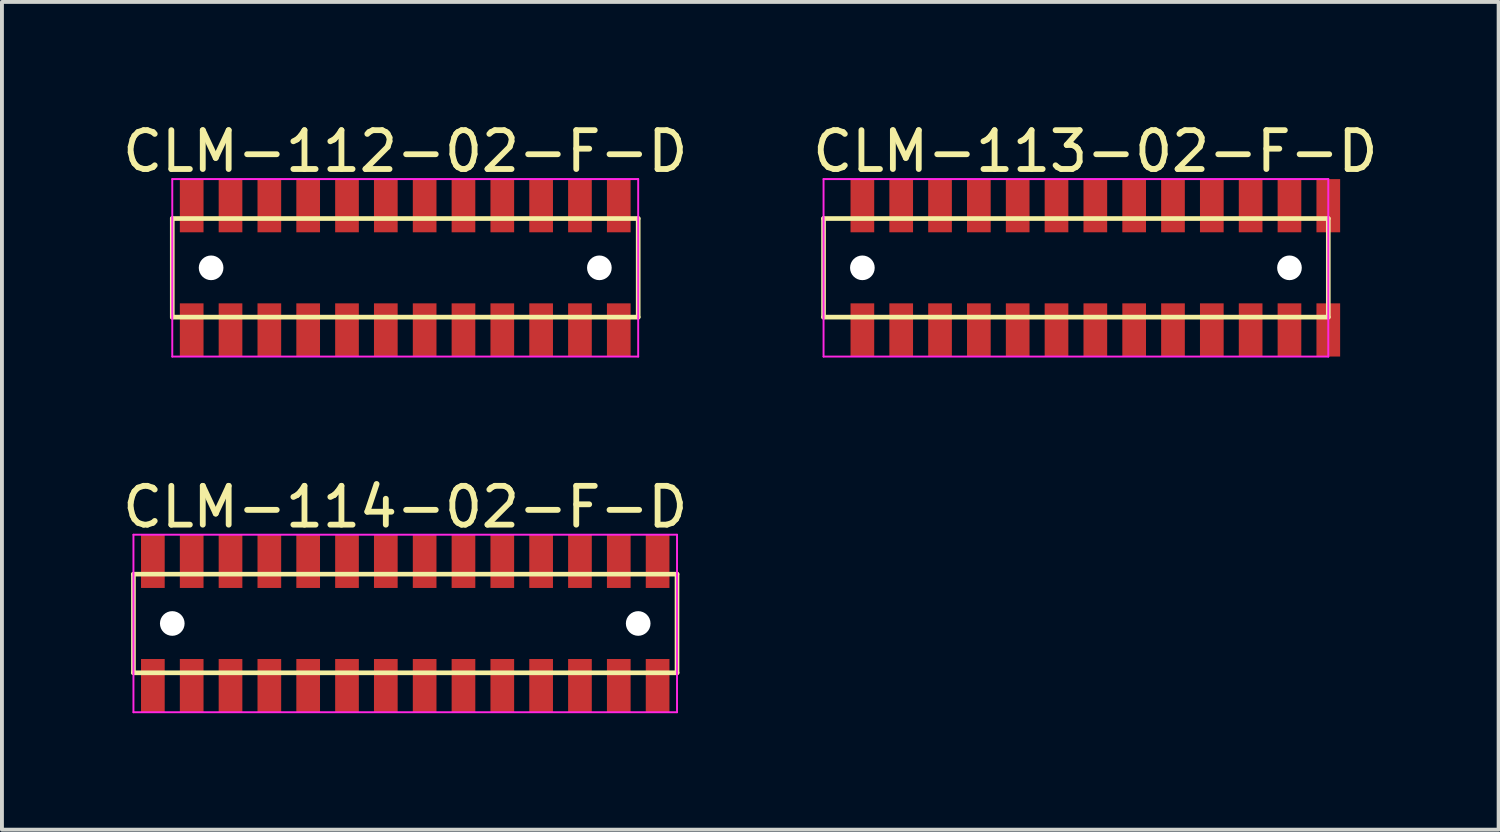
<source format=kicad_pcb>
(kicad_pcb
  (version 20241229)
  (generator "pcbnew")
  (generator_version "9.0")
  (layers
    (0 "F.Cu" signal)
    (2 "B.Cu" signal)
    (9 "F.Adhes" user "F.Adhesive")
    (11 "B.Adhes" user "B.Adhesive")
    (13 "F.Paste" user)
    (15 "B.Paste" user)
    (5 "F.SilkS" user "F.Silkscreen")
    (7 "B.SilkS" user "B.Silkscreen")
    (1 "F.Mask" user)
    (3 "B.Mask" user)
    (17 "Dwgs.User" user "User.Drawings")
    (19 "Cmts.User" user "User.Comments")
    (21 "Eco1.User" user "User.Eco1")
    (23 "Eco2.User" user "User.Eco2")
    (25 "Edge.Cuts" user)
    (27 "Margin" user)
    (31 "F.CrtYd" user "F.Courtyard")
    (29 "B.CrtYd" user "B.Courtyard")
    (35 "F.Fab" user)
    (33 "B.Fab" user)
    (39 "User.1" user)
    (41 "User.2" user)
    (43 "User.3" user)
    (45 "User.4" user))
  (footprint "CLM-112-02-F-D"
    (layer "F.Cu")
    (at 7.387 3.848)
    (property "Reference" "CLM-112-02-F-D" (at 0 -3 0) (layer "F.SilkS") (effects (font (size 1 1) (thickness 0.15))))
    (attr through_hole)
    (fp_line (start -6 -1.27) (end -6 1.27) (stroke (width 0.12) (type solid)) (layer "F.SilkS"))
    (fp_line (start -6 1.27) (end 6 1.27) (stroke (width 0.12) (type solid)) (layer "F.SilkS"))
    (fp_line (start 6 -1.27) (end -6 -1.27) (stroke (width 0.12) (type solid)) (layer "F.SilkS"))
    (fp_line (start 6 1.27) (end 6 -1.27) (stroke (width 0.12) (type solid)) (layer "F.SilkS"))
    (fp_line (start -6 -2.286) (end -6 2.286) (stroke (width 0.05) (type solid)) (layer "F.CrtYd"))
    (fp_line (start -6 2.286) (end 6 2.286) (stroke (width 0.05) (type solid)) (layer "F.CrtYd"))
    (fp_line (start 6 -2.286) (end -6 -2.286) (stroke (width 0.05) (type solid)) (layer "F.CrtYd"))
    (fp_line (start 6 2.286) (end 6 -2.286) (stroke (width 0.05) (type solid)) (layer "F.CrtYd"))
    (pad "" np_thru_hole circle (at -5 0) (size 0.635 0.635) (drill 0.635) (layers "*.Cu" "*.Mask"))
    (pad "" np_thru_hole circle (at 5 0) (size 0.635 0.635) (drill 0.635) (layers "*.Cu" "*.Mask"))
    (pad "1" smd rect (at -5.5 -1.6) (size 0.61 1.37) (layers "F.Cu" "F.Mask" "F.Paste"))
    (pad "2" smd rect (at -5.5 1.6) (size 0.61 1.37) (layers "F.Cu" "F.Mask" "F.Paste"))
    (pad "3" smd rect (at -4.5 -1.6) (size 0.61 1.37) (layers "F.Cu" "F.Mask" "F.Paste"))
    (pad "4" smd rect (at -4.5 1.6) (size 0.61 1.37) (layers "F.Cu" "F.Mask" "F.Paste"))
    (pad "5" smd rect (at -3.5 -1.6) (size 0.61 1.37) (layers "F.Cu" "F.Mask" "F.Paste"))
    (pad "6" smd rect (at -3.5 1.6) (size 0.61 1.37) (layers "F.Cu" "F.Mask" "F.Paste"))
    (pad "7" smd rect (at -2.5 -1.6) (size 0.61 1.37) (layers "F.Cu" "F.Mask" "F.Paste"))
    (pad "8" smd rect (at -2.5 1.6) (size 0.61 1.37) (layers "F.Cu" "F.Mask" "F.Paste"))
    (pad "9" smd rect (at -1.5 -1.6) (size 0.61 1.37) (layers "F.Cu" "F.Mask" "F.Paste"))
    (pad "10" smd rect (at -1.5 1.6) (size 0.61 1.37) (layers "F.Cu" "F.Mask" "F.Paste"))
    (pad "11" smd rect (at -0.5 -1.6) (size 0.61 1.37) (layers "F.Cu" "F.Mask" "F.Paste"))
    (pad "12" smd rect (at -0.5 1.6) (size 0.61 1.37) (layers "F.Cu" "F.Mask" "F.Paste"))
    (pad "13" smd rect (at 0.5 -1.6) (size 0.61 1.37) (layers "F.Cu" "F.Mask" "F.Paste"))
    (pad "14" smd rect (at 0.5 1.6) (size 0.61 1.37) (layers "F.Cu" "F.Mask" "F.Paste"))
    (pad "15" smd rect (at 1.5 -1.6) (size 0.61 1.37) (layers "F.Cu" "F.Mask" "F.Paste"))
    (pad "16" smd rect (at 1.5 1.6) (size 0.61 1.37) (layers "F.Cu" "F.Mask" "F.Paste"))
    (pad "17" smd rect (at 2.5 -1.6) (size 0.61 1.37) (layers "F.Cu" "F.Mask" "F.Paste"))
    (pad "18" smd rect (at 2.5 1.6) (size 0.61 1.37) (layers "F.Cu" "F.Mask" "F.Paste"))
    (pad "19" smd rect (at 3.5 -1.6) (size 0.61 1.37) (layers "F.Cu" "F.Mask" "F.Paste"))
    (pad "20" smd rect (at 3.5 1.6) (size 0.61 1.37) (layers "F.Cu" "F.Mask" "F.Paste"))
    (pad "21" smd rect (at 4.5 -1.6) (size 0.61 1.37) (layers "F.Cu" "F.Mask" "F.Paste"))
    (pad "22" smd rect (at 4.5 1.6) (size 0.61 1.37) (layers "F.Cu" "F.Mask" "F.Paste"))
    (pad "23" smd rect (at 5.5 -1.6) (size 0.61 1.37) (layers "F.Cu" "F.Mask" "F.Paste"))
    (pad "24" smd rect (at 5.5 1.6) (size 0.61 1.37) (layers "F.Cu" "F.Mask" "F.Paste")))
  (footprint "CLM-113-02-F-D"
    (layer "F.Cu")
    (at 25.161 3.848)
    (property "Reference" "CLM-113-02-F-D" (at 0 -3 0) (layer "F.SilkS") (effects (font (size 1 1) (thickness 0.15))))
    (attr through_hole)
    (fp_line (start -7 -1.27) (end -7 1.27) (stroke (width 0.12) (type solid)) (layer "F.SilkS"))
    (fp_line (start -7 1.27) (end 6 1.27) (stroke (width 0.12) (type solid)) (layer "F.SilkS"))
    (fp_line (start 6 -1.27) (end -7 -1.27) (stroke (width 0.12) (type solid)) (layer "F.SilkS"))
    (fp_line (start 6 1.27) (end 6 -1.27) (stroke (width 0.12) (type solid)) (layer "F.SilkS"))
    (fp_line (start -7 -2.286) (end -7 2.286) (stroke (width 0.05) (type solid)) (layer "F.CrtYd"))
    (fp_line (start -7 2.286) (end 6 2.286) (stroke (width 0.05) (type solid)) (layer "F.CrtYd"))
    (fp_line (start 6 -2.286) (end -7 -2.286) (stroke (width 0.05) (type solid)) (layer "F.CrtYd"))
    (fp_line (start 6 2.286) (end 6 -2.286) (stroke (width 0.05) (type solid)) (layer "F.CrtYd"))
    (pad "" np_thru_hole circle (at -6 0) (size 0.635 0.635) (drill 0.635) (layers "*.Cu" "*.Mask"))
    (pad "" np_thru_hole circle (at 5 0) (size 0.635 0.635) (drill 0.635) (layers "*.Cu" "*.Mask"))
    (pad "1" smd rect (at -6 -1.6) (size 0.61 1.37) (layers "F.Cu" "F.Mask" "F.Paste"))
    (pad "2" smd rect (at -6 1.6) (size 0.61 1.37) (layers "F.Cu" "F.Mask" "F.Paste"))
    (pad "3" smd rect (at -5 -1.6) (size 0.61 1.37) (layers "F.Cu" "F.Mask" "F.Paste"))
    (pad "4" smd rect (at -5 1.6) (size 0.61 1.37) (layers "F.Cu" "F.Mask" "F.Paste"))
    (pad "5" smd rect (at -4 -1.6) (size 0.61 1.37) (layers "F.Cu" "F.Mask" "F.Paste"))
    (pad "6" smd rect (at -4 1.6) (size 0.61 1.37) (layers "F.Cu" "F.Mask" "F.Paste"))
    (pad "7" smd rect (at -3 -1.6) (size 0.61 1.37) (layers "F.Cu" "F.Mask" "F.Paste"))
    (pad "8" smd rect (at -3 1.6) (size 0.61 1.37) (layers "F.Cu" "F.Mask" "F.Paste"))
    (pad "9" smd rect (at -2 -1.6) (size 0.61 1.37) (layers "F.Cu" "F.Mask" "F.Paste"))
    (pad "10" smd rect (at -2 1.6) (size 0.61 1.37) (layers "F.Cu" "F.Mask" "F.Paste"))
    (pad "11" smd rect (at -1 -1.6) (size 0.61 1.37) (layers "F.Cu" "F.Mask" "F.Paste"))
    (pad "12" smd rect (at -1 1.6) (size 0.61 1.37) (layers "F.Cu" "F.Mask" "F.Paste"))
    (pad "13" smd rect (at 0 -1.6) (size 0.61 1.37) (layers "F.Cu" "F.Mask" "F.Paste"))
    (pad "14" smd rect (at 0 1.6) (size 0.61 1.37) (layers "F.Cu" "F.Mask" "F.Paste"))
    (pad "15" smd rect (at 1 -1.6) (size 0.61 1.37) (layers "F.Cu" "F.Mask" "F.Paste"))
    (pad "16" smd rect (at 1 1.6) (size 0.61 1.37) (layers "F.Cu" "F.Mask" "F.Paste"))
    (pad "17" smd rect (at 2 -1.6) (size 0.61 1.37) (layers "F.Cu" "F.Mask" "F.Paste"))
    (pad "18" smd rect (at 2 1.6) (size 0.61 1.37) (layers "F.Cu" "F.Mask" "F.Paste"))
    (pad "19" smd rect (at 3 -1.6) (size 0.61 1.37) (layers "F.Cu" "F.Mask" "F.Paste"))
    (pad "20" smd rect (at 3 1.6) (size 0.61 1.37) (layers "F.Cu" "F.Mask" "F.Paste"))
    (pad "21" smd rect (at 4 -1.6) (size 0.61 1.37) (layers "F.Cu" "F.Mask" "F.Paste"))
    (pad "22" smd rect (at 4 1.6) (size 0.61 1.37) (layers "F.Cu" "F.Mask" "F.Paste"))
    (pad "23" smd rect (at 5 -1.6) (size 0.61 1.37) (layers "F.Cu" "F.Mask" "F.Paste"))
    (pad "24" smd rect (at 5 1.6) (size 0.61 1.37) (layers "F.Cu" "F.Mask" "F.Paste"))
    (pad "25" smd rect (at 6 -1.6) (size 0.61 1.37) (layers "F.Cu" "F.Mask" "F.Paste"))
    (pad "26" smd rect (at 6 1.6) (size 0.61 1.37) (layers "F.Cu" "F.Mask" "F.Paste")))
  (footprint "CLM-114-02-F-D"
    (layer "F.Cu")
    (at 7.387 13.008)
    (property "Reference" "CLM-114-02-F-D" (at 0 -3 0) (layer "F.SilkS") (effects (font (size 1 1) (thickness 0.15))))
    (attr through_hole)
    (fp_line (start -7 -1.27) (end -7 1.27) (stroke (width 0.12) (type solid)) (layer "F.SilkS"))
    (fp_line (start -7 1.27) (end 7 1.27) (stroke (width 0.12) (type solid)) (layer "F.SilkS"))
    (fp_line (start 7 -1.27) (end -7 -1.27) (stroke (width 0.12) (type solid)) (layer "F.SilkS"))
    (fp_line (start 7 1.27) (end 7 -1.27) (stroke (width 0.12) (type solid)) (layer "F.SilkS"))
    (fp_line (start -7 -2.286) (end -7 2.286) (stroke (width 0.05) (type solid)) (layer "F.CrtYd"))
    (fp_line (start -7 2.286) (end 7 2.286) (stroke (width 0.05) (type solid)) (layer "F.CrtYd"))
    (fp_line (start 7 -2.286) (end -7 -2.286) (stroke (width 0.05) (type solid)) (layer "F.CrtYd"))
    (fp_line (start 7 2.286) (end 7 -2.286) (stroke (width 0.05) (type solid)) (layer "F.CrtYd"))
    (pad "" np_thru_hole circle (at -6 0) (size 0.635 0.635) (drill 0.635) (layers "*.Cu" "*.Mask"))
    (pad "" np_thru_hole circle (at 6 0) (size 0.635 0.635) (drill 0.635) (layers "*.Cu" "*.Mask"))
    (pad "1" smd rect (at -6.5 -1.6) (size 0.61 1.37) (layers "F.Cu" "F.Mask" "F.Paste"))
    (pad "2" smd rect (at -6.5 1.6) (size 0.61 1.37) (layers "F.Cu" "F.Mask" "F.Paste"))
    (pad "3" smd rect (at -5.5 -1.6) (size 0.61 1.37) (layers "F.Cu" "F.Mask" "F.Paste"))
    (pad "4" smd rect (at -5.5 1.6) (size 0.61 1.37) (layers "F.Cu" "F.Mask" "F.Paste"))
    (pad "5" smd rect (at -4.5 -1.6) (size 0.61 1.37) (layers "F.Cu" "F.Mask" "F.Paste"))
    (pad "6" smd rect (at -4.5 1.6) (size 0.61 1.37) (layers "F.Cu" "F.Mask" "F.Paste"))
    (pad "7" smd rect (at -3.5 -1.6) (size 0.61 1.37) (layers "F.Cu" "F.Mask" "F.Paste"))
    (pad "8" smd rect (at -3.5 1.6) (size 0.61 1.37) (layers "F.Cu" "F.Mask" "F.Paste"))
    (pad "9" smd rect (at -2.5 -1.6) (size 0.61 1.37) (layers "F.Cu" "F.Mask" "F.Paste"))
    (pad "10" smd rect (at -2.5 1.6) (size 0.61 1.37) (layers "F.Cu" "F.Mask" "F.Paste"))
    (pad "11" smd rect (at -1.5 -1.6) (size 0.61 1.37) (layers "F.Cu" "F.Mask" "F.Paste"))
    (pad "12" smd rect (at -1.5 1.6) (size 0.61 1.37) (layers "F.Cu" "F.Mask" "F.Paste"))
    (pad "13" smd rect (at -0.5 -1.6) (size 0.61 1.37) (layers "F.Cu" "F.Mask" "F.Paste"))
    (pad "14" smd rect (at -0.5 1.6) (size 0.61 1.37) (layers "F.Cu" "F.Mask" "F.Paste"))
    (pad "15" smd rect (at 0.5 -1.6) (size 0.61 1.37) (layers "F.Cu" "F.Mask" "F.Paste"))
    (pad "16" smd rect (at 0.5 1.6) (size 0.61 1.37) (layers "F.Cu" "F.Mask" "F.Paste"))
    (pad "17" smd rect (at 1.5 -1.6) (size 0.61 1.37) (layers "F.Cu" "F.Mask" "F.Paste"))
    (pad "18" smd rect (at 1.5 1.6) (size 0.61 1.37) (layers "F.Cu" "F.Mask" "F.Paste"))
    (pad "19" smd rect (at 2.5 -1.6) (size 0.61 1.37) (layers "F.Cu" "F.Mask" "F.Paste"))
    (pad "20" smd rect (at 2.5 1.6) (size 0.61 1.37) (layers "F.Cu" "F.Mask" "F.Paste"))
    (pad "21" smd rect (at 3.5 -1.6) (size 0.61 1.37) (layers "F.Cu" "F.Mask" "F.Paste"))
    (pad "22" smd rect (at 3.5 1.6) (size 0.61 1.37) (layers "F.Cu" "F.Mask" "F.Paste"))
    (pad "23" smd rect (at 4.5 -1.6) (size 0.61 1.37) (layers "F.Cu" "F.Mask" "F.Paste"))
    (pad "24" smd rect (at 4.5 1.6) (size 0.61 1.37) (layers "F.Cu" "F.Mask" "F.Paste"))
    (pad "25" smd rect (at 5.5 -1.6) (size 0.61 1.37) (layers "F.Cu" "F.Mask" "F.Paste"))
    (pad "26" smd rect (at 5.5 1.6) (size 0.61 1.37) (layers "F.Cu" "F.Mask" "F.Paste"))
    (pad "27" smd rect (at 6.5 -1.6) (size 0.61 1.37) (layers "F.Cu" "F.Mask" "F.Paste"))
    (pad "28" smd rect (at 6.5 1.6) (size 0.61 1.37) (layers "F.Cu" "F.Mask" "F.Paste")))
  (gr_rect
    (start -3 -3)
    (end 35.548 18.319)
    (stroke (width 0.1) (type default))
    (fill no)
    (layer "Edge.Cuts")))
</source>
